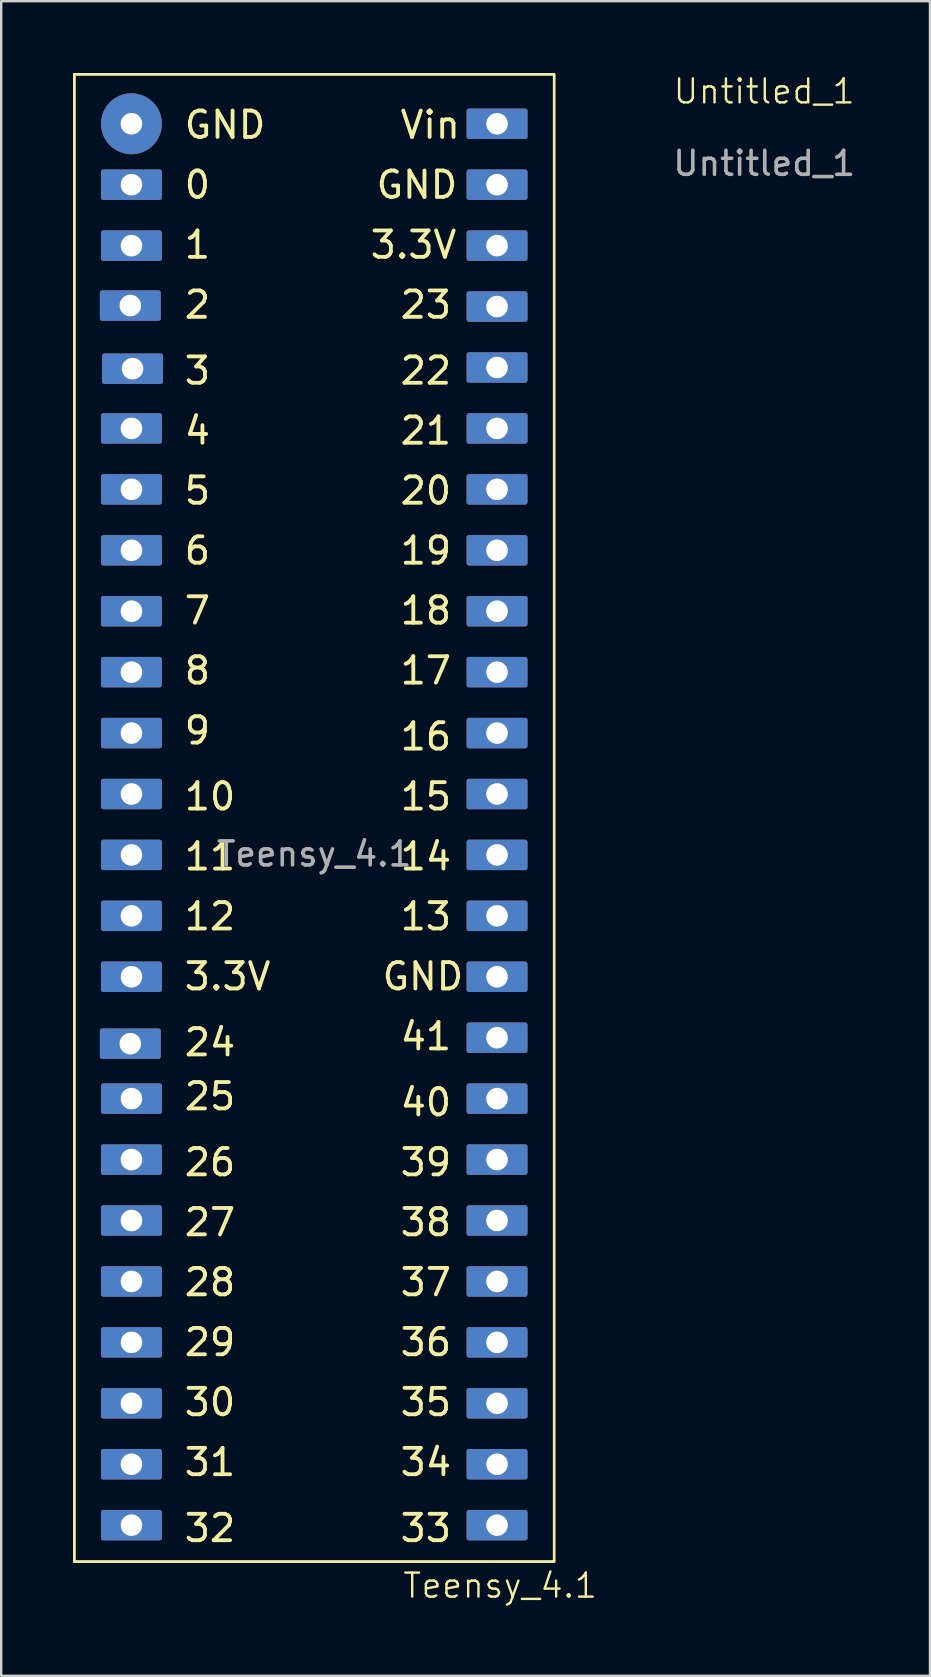
<source format=kicad_pcb>
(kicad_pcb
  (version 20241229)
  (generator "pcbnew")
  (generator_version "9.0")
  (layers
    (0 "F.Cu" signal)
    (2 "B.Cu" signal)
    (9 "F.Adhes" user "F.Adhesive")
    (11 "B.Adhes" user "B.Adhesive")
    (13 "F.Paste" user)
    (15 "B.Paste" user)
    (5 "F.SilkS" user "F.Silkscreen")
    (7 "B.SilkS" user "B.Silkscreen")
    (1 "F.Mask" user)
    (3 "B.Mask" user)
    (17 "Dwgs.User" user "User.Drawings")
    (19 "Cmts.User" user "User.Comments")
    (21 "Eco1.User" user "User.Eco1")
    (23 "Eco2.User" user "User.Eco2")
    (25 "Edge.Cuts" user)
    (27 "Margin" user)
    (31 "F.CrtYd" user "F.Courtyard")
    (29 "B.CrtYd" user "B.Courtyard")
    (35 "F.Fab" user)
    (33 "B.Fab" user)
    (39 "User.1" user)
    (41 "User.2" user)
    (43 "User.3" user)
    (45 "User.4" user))
  (footprint "Teensy_4.1"
    (layer "F.Cu")
    (at 10.05 30.05)
    (property "Reference" "Teensy_4.1" (at 7.75 33 0) (unlocked yes) (layer "F.SilkS") (effects (font (size 1 1) (thickness 0.1))))
    (attr through_hole)
    (fp_line (start -10 -30) (end 10 -30) (stroke (width 0.1) (type default)) (layer "F.SilkS"))
    (fp_line (start -10 32) (end -10 -30) (stroke (width 0.1) (type default)) (layer "F.SilkS"))
    (fp_line (start 10 -30) (end 10 32) (stroke (width 0.1) (type default)) (layer "F.SilkS"))
    (fp_line (start 10 32) (end -10 32) (stroke (width 0.1) (type default)) (layer "F.SilkS"))
    (fp_rect (start -10 -30) (end 10 32) (stroke (width 0.1) (type default)) (fill no) (layer "F.SilkS"))
    (fp_text user "1" (at -5.5 -22.25 0) (unlocked yes) (layer "F.SilkS") (effects (font (size 1.1 1.1) (thickness 0.16)) (justify left bottom)))
    (fp_text user "10" (at -5.5 0.75 0) (unlocked yes) (layer "F.SilkS") (effects (font (size 1.1 1.1) (thickness 0.16)) (justify left bottom)))
    (fp_text user "3.3V" (at -5.5 8.25 0) (unlocked yes) (layer "F.SilkS") (effects (font (size 1.1 1.1) (thickness 0.16)) (justify left bottom)))
    (fp_text user "32" (at -5.5 31.25 0) (unlocked yes) (layer "F.SilkS") (effects (font (size 1.1 1.1) (thickness 0.16)) (justify left bottom)))
    (fp_text user "25" (at -5.5 13.25 0) (unlocked yes) (layer "F.SilkS") (effects (font (size 1.1 1.1) (thickness 0.16)) (justify left bottom)))
    (fp_text user "GND" (at 2.5 -24.75 0) (unlocked yes) (layer "F.SilkS") (effects (font (size 1.1 1.1) (thickness 0.16)) (justify left bottom)))
    (fp_text user "18" (at 3.5 -7 0) (unlocked yes) (layer "F.SilkS") (effects (font (size 1.1 1.1) (thickness 0.16)) (justify left bottom)))
    (fp_text user "14" (at 3.5 3.25 0) (unlocked yes) (layer "F.SilkS") (effects (font (size 1.1 1.1) (thickness 0.16)) (justify left bottom)))
    (fp_text user "22" (at 3.5 -17 0) (unlocked yes) (layer "F.SilkS") (effects (font (size 1.1 1.1) (thickness 0.16)) (justify left bottom)))
    (fp_text user "37" (at 3.5 21 0) (unlocked yes) (layer "F.SilkS") (effects (font (size 1.1 1.1) (thickness 0.16)) (justify left bottom)))
    (fp_text user "20" (at 3.5 -12 0) (unlocked yes) (layer "F.SilkS") (effects (font (size 1.1 1.1) (thickness 0.16)) (justify left bottom)))
    (fp_text user "27" (at -5.5 18.5 0) (unlocked yes) (layer "F.SilkS") (effects (font (size 1.1 1.1) (thickness 0.16)) (justify left bottom)))
    (fp_text user "31" (at -5.5 28.5 0) (unlocked yes) (layer "F.SilkS") (effects (font (size 1.1 1.1) (thickness 0.16)) (justify left bottom)))
    (fp_text user "8" (at -5.5 -4.5 0) (unlocked yes) (layer "F.SilkS") (effects (font (size 1.1 1.1) (thickness 0.16)) (justify left bottom)))
    (fp_text user "35" (at 3.5 26 0) (unlocked yes) (layer "F.SilkS") (effects (font (size 1.1 1.1) (thickness 0.16)) (justify left bottom)))
    (fp_text user "12" (at -5.5 5.75 0) (unlocked yes) (layer "F.SilkS") (effects (font (size 1.1 1.1) (thickness 0.16)) (justify left bottom)))
    (fp_text user "3.3V" (at 2.25 -22.25 0) (unlocked yes) (layer "F.SilkS") (effects (font (size 1.1 1.1) (thickness 0.16)) (justify left bottom)))
    (fp_text user "3" (at -5.5 -17 0) (unlocked yes) (layer "F.SilkS") (effects (font (size 1.1 1.1) (thickness 0.16)) (justify left bottom)))
    (fp_text user "30" (at -5.5 26 0) (unlocked yes) (layer "F.SilkS") (effects (font (size 1.1 1.1) (thickness 0.16)) (justify left bottom)))
    (fp_text user "5" (at -5.5 -12 0) (unlocked yes) (layer "F.SilkS") (effects (font (size 1.1 1.1) (thickness 0.16)) (justify left bottom)))
    (fp_text user "21" (at 3.5 -14.5 0) (unlocked yes) (layer "F.SilkS") (effects (font (size 1.1 1.1) (thickness 0.16)) (justify left bottom)))
    (fp_text user "7" (at -5.5 -7 0) (unlocked yes) (layer "F.SilkS") (effects (font (size 1.1 1.1) (thickness 0.16)) (justify left bottom)))
    (fp_text user "34" (at 3.5 28.5 0) (unlocked yes) (layer "F.SilkS") (effects (font (size 1.1 1.1) (thickness 0.16)) (justify left bottom)))
    (fp_text user "15" (at 3.5 0.75 0) (unlocked yes) (layer "F.SilkS") (effects (font (size 1.1 1.1) (thickness 0.16)) (justify left bottom)))
    (fp_text user "24" (at -5.5 11 0) (unlocked yes) (layer "F.SilkS") (effects (font (size 1.1 1.1) (thickness 0.16)) (justify left bottom)))
    (fp_text user "38" (at 3.5 18.5 0) (unlocked yes) (layer "F.SilkS") (effects (font (size 1.1 1.1) (thickness 0.16)) (justify left bottom)))
    (fp_text user "23" (at 3.5 -19.75 0) (unlocked yes) (layer "F.SilkS") (effects (font (size 1.1 1.1) (thickness 0.16)) (justify left bottom)))
    (fp_text user "Vin" (at 3.5 -27.25 0) (unlocked yes) (layer "F.SilkS") (effects (font (size 1.1 1.1) (thickness 0.16)) (justify left bottom)))
    (fp_text user "0" (at -5.5 -24.75 0) (unlocked yes) (layer "F.SilkS") (effects (font (size 1.1 1.1) (thickness 0.16)) (justify left bottom)))
    (fp_text user "4" (at -5.5 -14.5 0) (unlocked yes) (layer "F.SilkS") (effects (font (size 1.1 1.1) (thickness 0.16)) (justify left bottom)))
    (fp_text user "36" (at 3.5 23.5 0) (unlocked yes) (layer "F.SilkS") (effects (font (size 1.1 1.1) (thickness 0.16)) (justify left bottom)))
    (fp_text user "GND" (at 2.75 8.25 0) (unlocked yes) (layer "F.SilkS") (effects (font (size 1.1 1.1) (thickness 0.16)) (justify left bottom)))
    (fp_text user "GND" (at -5.5 -27.25 0) (unlocked yes) (layer "F.SilkS") (effects (font (size 1.1 1.1) (thickness 0.16)) (justify left bottom)))
    (fp_text user "9" (at -5.5 -2 0) (unlocked yes) (layer "F.SilkS") (effects (font (size 1.1 1.1) (thickness 0.16)) (justify left bottom)))
    (fp_text user "16" (at 3.5 -1.75 0) (unlocked yes) (layer "F.SilkS") (effects (font (size 1.1 1.1) (thickness 0.16)) (justify left bottom)))
    (fp_text user "28" (at -5.5 21 0) (unlocked yes) (layer "F.SilkS") (effects (font (size 1.1 1.1) (thickness 0.16)) (justify left bottom)))
    (fp_text user "26" (at -5.5 16 0) (unlocked yes) (layer "F.SilkS") (effects (font (size 1.1 1.1) (thickness 0.16)) (justify left bottom)))
    (fp_text user "6" (at -5.5 -9.5 0) (unlocked yes) (layer "F.SilkS") (effects (font (size 1.1 1.1) (thickness 0.16)) (justify left bottom)))
    (fp_text user "11" (at -5.5 3.25 0) (unlocked yes) (layer "F.SilkS") (effects (font (size 1.1 1.1) (thickness 0.16)) (justify left bottom)))
    (fp_text user "2" (at -5.5 -19.75 0) (unlocked yes) (layer "F.SilkS") (effects (font (size 1.1 1.1) (thickness 0.16)) (justify left bottom)))
    (fp_text user "29" (at -5.5 23.5 0) (unlocked yes) (layer "F.SilkS") (effects (font (size 1.1 1.1) (thickness 0.16)) (justify left bottom)))
    (fp_text user "41" (at 3.5 10.75 0) (unlocked yes) (layer "F.SilkS") (effects (font (size 1.1 1.1) (thickness 0.16)) (justify left bottom)))
    (fp_text user "19" (at 3.5 -9.5 0) (unlocked yes) (layer "F.SilkS") (effects (font (size 1.1 1.1) (thickness 0.16)) (justify left bottom)))
    (fp_text user "39" (at 3.5 16 0) (unlocked yes) (layer "F.SilkS") (effects (font (size 1.1 1.1) (thickness 0.16)) (justify left bottom)))
    (fp_text user "33" (at 3.5 31.25 0) (unlocked yes) (layer "F.SilkS") (effects (font (size 1.1 1.1) (thickness 0.16)) (justify left bottom)))
    (fp_text user "40" (at 3.5 13.5 0) (unlocked yes) (layer "F.SilkS") (effects (font (size 1.1 1.1) (thickness 0.16)) (justify left bottom)))
    (fp_text user "17" (at 3.5 -4.5 0) (unlocked yes) (layer "F.SilkS") (effects (font (size 1.1 1.1) (thickness 0.16)) (justify left bottom)))
    (fp_text user "13" (at 3.5 5.75 0) (unlocked yes) (layer "F.SilkS") (effects (font (size 1.1 1.1) (thickness 0.16)) (justify left bottom)))
    (fp_text user "${REFERENCE}" (at 0 2.5 0) (unlocked yes) (layer "F.Fab") (effects (font (size 1 1) (thickness 0.15))))
    (pad "1" thru_hole circle (at -7.62 -27.94) (size 2.54 2.54) (drill 0.9) (layers "*.Cu" "*.Mask"))
    (pad "2" thru_hole roundrect (at -7.62 -25.4) (size 2.54 1.27) (drill 0.9) (layers "*.Cu" "*.Mask") (roundrect_rratio 0.075))
    (pad "3" thru_hole roundrect (at -7.62 -22.86) (size 2.54 1.27) (drill 0.9) (layers "*.Cu" "*.Mask") (roundrect_rratio 0.075))
    (pad "4" thru_hole roundrect (at -7.667 -20.362) (size 2.54 1.27) (drill 0.9) (layers "*.Cu" "*.Mask") (roundrect_rratio 0.075))
    (pad "5" thru_hole roundrect (at -7.576 -17.73) (size 2.54 1.27) (drill 0.9) (layers "*.Cu" "*.Mask") (roundrect_rratio 0.075))
    (pad "6" thru_hole roundrect (at -7.62 -15.24) (size 2.54 1.27) (drill 0.9) (layers "*.Cu" "*.Mask") (roundrect_rratio 0.075))
    (pad "7" thru_hole roundrect (at -7.62 -12.7) (size 2.54 1.27) (drill 0.9) (layers "*.Cu" "*.Mask") (roundrect_rratio 0.075))
    (pad "8" thru_hole roundrect (at -7.62 -10.16) (size 2.54 1.27) (drill 0.9) (layers "*.Cu" "*.Mask") (roundrect_rratio 0.075))
    (pad "9" thru_hole roundrect (at -7.62 -7.62) (size 2.54 1.27) (drill 0.9) (layers "*.Cu" "*.Mask") (roundrect_rratio 0.075))
    (pad "10" thru_hole roundrect (at -7.62 -5.08) (size 2.54 1.27) (drill 0.9) (layers "*.Cu" "*.Mask") (roundrect_rratio 0.075))
    (pad "11" thru_hole roundrect (at -7.62 -2.54) (size 2.54 1.27) (drill 0.9) (layers "*.Cu" "*.Mask") (roundrect_rratio 0.075))
    (pad "12" thru_hole roundrect (at -7.62 0) (size 2.54 1.27) (drill 0.9) (layers "*.Cu" "*.Mask") (roundrect_rratio 0.075))
    (pad "13" thru_hole roundrect (at -7.62 2.54) (size 2.54 1.27) (drill 0.9) (layers "*.Cu" "*.Mask") (roundrect_rratio 0.075))
    (pad "14" thru_hole roundrect (at -7.62 5.08) (size 2.54 1.27) (drill 0.9) (layers "*.Cu" "*.Mask") (roundrect_rratio 0.075))
    (pad "15" thru_hole roundrect (at -7.62 7.62) (size 2.54 1.27) (drill 0.9) (layers "*.Cu" "*.Mask") (roundrect_rratio 0.075))
    (pad "16" thru_hole roundrect (at -7.667 10.41) (size 2.54 1.27) (drill 0.9) (layers "*.Cu" "*.Mask") (roundrect_rratio 0.075))
    (pad "17" thru_hole roundrect (at -7.62 12.7) (size 2.54 1.27) (drill 0.9) (layers "*.Cu" "*.Mask") (roundrect_rratio 0.075))
    (pad "18" thru_hole roundrect (at -7.62 15.24) (size 2.54 1.27) (drill 0.9) (layers "*.Cu" "*.Mask") (roundrect_rratio 0.075))
    (pad "19" thru_hole roundrect (at -7.62 17.78) (size 2.54 1.27) (drill 0.9) (layers "*.Cu" "*.Mask") (roundrect_rratio 0.075))
    (pad "20" thru_hole roundrect (at -7.62 20.32) (size 2.54 1.27) (drill 0.9) (layers "*.Cu" "*.Mask") (roundrect_rratio 0.075))
    (pad "21" thru_hole roundrect (at -7.62 22.86) (size 2.54 1.27) (drill 0.9) (layers "*.Cu" "*.Mask") (roundrect_rratio 0.075))
    (pad "22" thru_hole roundrect (at -7.62 25.4) (size 2.54 1.27) (drill 0.9) (layers "*.Cu" "*.Mask") (roundrect_rratio 0.075))
    (pad "23" thru_hole roundrect (at -7.62 27.94) (size 2.54 1.27) (drill 0.9) (layers "*.Cu" "*.Mask") (roundrect_rratio 0.075))
    (pad "24" thru_hole roundrect (at -7.62 30.48) (size 2.54 1.27) (drill 0.9) (layers "*.Cu" "*.Mask") (roundrect_rratio 0.075))
    (pad "25" thru_hole roundrect (at 7.62 30.48) (size 2.54 1.27) (drill 0.9) (layers "*.Cu" "*.Mask") (roundrect_rratio 0.075))
    (pad "26" thru_hole roundrect (at 7.62 27.94) (size 2.54 1.27) (drill 0.9) (layers "*.Cu" "*.Mask") (roundrect_rratio 0.075))
    (pad "27" thru_hole roundrect (at 7.62 25.4) (size 2.54 1.27) (drill 0.9) (layers "*.Cu" "*.Mask") (roundrect_rratio 0.075))
    (pad "28" thru_hole roundrect (at 7.62 22.86) (size 2.54 1.27) (drill 0.9) (layers "*.Cu" "*.Mask") (roundrect_rratio 0.075))
    (pad "29" thru_hole roundrect (at 7.62 20.32) (size 2.54 1.27) (drill 0.9) (layers "*.Cu" "*.Mask") (roundrect_rratio 0.075))
    (pad "30" thru_hole roundrect (at 7.62 17.78) (size 2.54 1.27) (drill 0.9) (layers "*.Cu" "*.Mask") (roundrect_rratio 0.075))
    (pad "31" thru_hole roundrect (at 7.62 15.24) (size 2.54 1.27) (drill 0.9) (layers "*.Cu" "*.Mask") (roundrect_rratio 0.075))
    (pad "32" thru_hole roundrect (at 7.62 12.7) (size 2.54 1.27) (drill 0.9) (layers "*.Cu" "*.Mask") (roundrect_rratio 0.075))
    (pad "33" thru_hole roundrect (at 7.62 10.16) (size 2.54 1.27) (drill 0.9) (layers "*.Cu" "*.Mask") (roundrect_rratio 0.075))
    (pad "34" thru_hole roundrect (at 7.62 7.62) (size 2.54 1.27) (drill 0.9) (layers "*.Cu" "*.Mask") (roundrect_rratio 0.075))
    (pad "35" thru_hole roundrect (at 7.62 5.08) (size 2.54 1.27) (drill 0.9) (layers "*.Cu" "*.Mask") (roundrect_rratio 0.075))
    (pad "36" thru_hole roundrect (at 7.62 2.54) (size 2.54 1.27) (drill 0.9) (layers "*.Cu" "*.Mask") (roundrect_rratio 0.075))
    (pad "37" thru_hole roundrect (at 7.62 0) (size 2.54 1.27) (drill 0.9) (layers "*.Cu" "*.Mask") (roundrect_rratio 0.075))
    (pad "38" thru_hole roundrect (at 7.62 -2.54) (size 2.54 1.27) (drill 0.9) (layers "*.Cu" "*.Mask") (roundrect_rratio 0.075))
    (pad "39" thru_hole roundrect (at 7.62 -5.08) (size 2.54 1.27) (drill 0.9) (layers "*.Cu" "*.Mask") (roundrect_rratio 0.075))
    (pad "40" thru_hole roundrect (at 7.62 -7.62) (size 2.54 1.27) (drill 0.9) (layers "*.Cu" "*.Mask") (roundrect_rratio 0.075))
    (pad "41" thru_hole roundrect (at 7.62 -10.16) (size 2.54 1.27) (drill 0.9) (layers "*.Cu" "*.Mask") (roundrect_rratio 0.075))
    (pad "42" thru_hole roundrect (at 7.62 -12.7) (size 2.54 1.27) (drill 0.9) (layers "*.Cu" "*.Mask") (roundrect_rratio 0.075))
    (pad "43" thru_hole roundrect (at 7.62 -15.24) (size 2.54 1.27) (drill 0.9) (layers "*.Cu" "*.Mask") (roundrect_rratio 0.075))
    (pad "44" thru_hole roundrect (at 7.62 -17.78) (size 2.54 1.27) (drill 0.9) (layers "*.Cu" "*.Mask") (roundrect_rratio 0.075))
    (pad "45" thru_hole roundrect (at 7.62 -20.32) (size 2.54 1.27) (drill 0.9) (layers "*.Cu" "*.Mask") (roundrect_rratio 0.075))
    (pad "46" thru_hole roundrect (at 7.62 -22.86) (size 2.54 1.27) (drill 0.9) (layers "*.Cu" "*.Mask") (roundrect_rratio 0.075))
    (pad "47" thru_hole roundrect (at 7.62 -25.4) (size 2.54 1.27) (drill 0.9) (layers "*.Cu" "*.Mask") (roundrect_rratio 0.075))
    (pad "48" thru_hole roundrect (at 7.62 -27.94) (size 2.54 1.27) (drill 0.9) (layers "*.Cu" "*.Mask") (roundrect_rratio 0.075))
    (zone (net_name "") (layer "F.SilkS") (hatch edge 0.5) (connect_pads) (min_thickness 0.25) (filled_areas_thickness no) (keepout (tracks allowed) (vias allowed) (pads not_allowed) (copperpour allowed) (footprints not_allowed)) (placement (enabled no)) (fill) (polygon (pts (xy 0.05 0.05) (xy 20.05 0.05) (xy 20.05 62.05) (xy 0.05 62.05)))))
  (footprint "Untitled_1"
    (layer "F.Cu")
    (at 28.808 1.26)
    (property "Reference" "Untitled_1" (at 0 -0.5 0) (unlocked yes) (layer "F.SilkS") (effects (font (size 1 1) (thickness 0.1))))
    (attr through_hole)
    (fp_text user "${REFERENCE}" (at 0 2.5 0) (unlocked yes) (layer "F.Fab") (effects (font (size 1 1) (thickness 0.15)))))
  (gr_rect
    (start -3 -3)
    (end 35.719 66.811)
    (stroke (width 0.1) (type default))
    (fill no)
    (layer "Edge.Cuts")))
</source>
